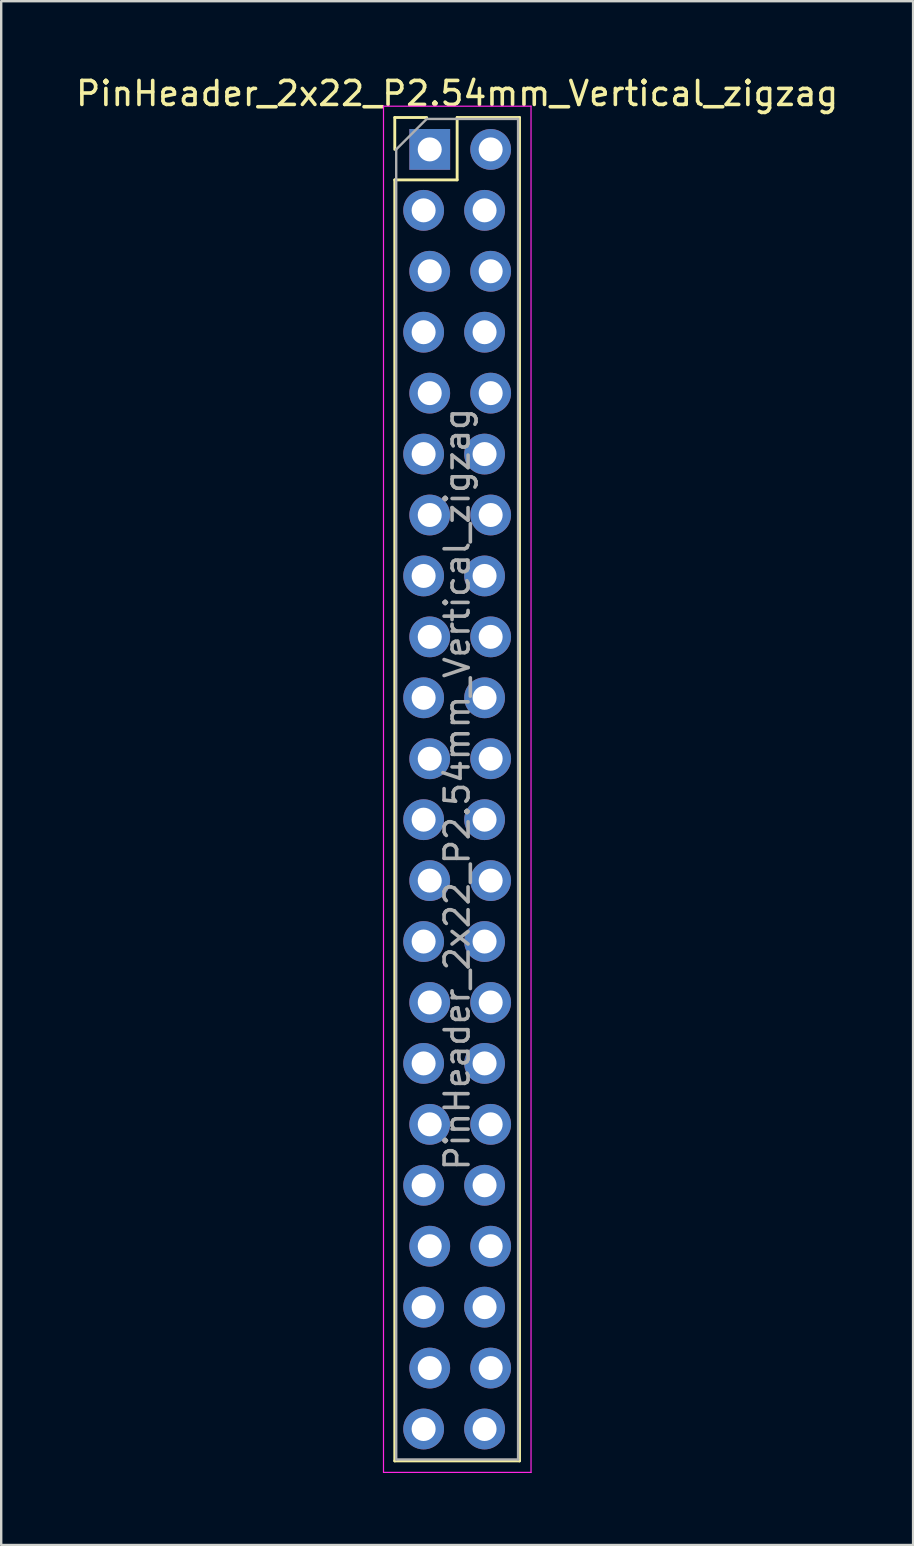
<source format=kicad_pcb>
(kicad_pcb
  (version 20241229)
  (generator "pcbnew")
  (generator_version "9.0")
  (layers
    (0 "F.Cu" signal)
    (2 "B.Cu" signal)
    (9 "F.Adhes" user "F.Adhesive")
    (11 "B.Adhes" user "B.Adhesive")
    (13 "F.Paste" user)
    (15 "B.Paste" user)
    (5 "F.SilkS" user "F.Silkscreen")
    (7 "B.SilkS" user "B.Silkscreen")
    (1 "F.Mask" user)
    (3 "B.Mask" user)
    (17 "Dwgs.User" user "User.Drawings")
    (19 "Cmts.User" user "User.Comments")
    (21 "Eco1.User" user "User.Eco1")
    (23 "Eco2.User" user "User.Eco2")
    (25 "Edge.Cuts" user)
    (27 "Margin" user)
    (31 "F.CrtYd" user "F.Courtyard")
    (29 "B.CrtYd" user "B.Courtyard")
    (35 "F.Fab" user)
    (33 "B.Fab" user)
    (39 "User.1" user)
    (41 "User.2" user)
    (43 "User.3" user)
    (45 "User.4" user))
  (footprint "PinHeader_2x22_P2.54mm_Vertical_zigzag"
    (layer "F.Cu")
    (at 14.736 3.178)
    (property "Reference" "PinHeader_2x22_P2.54mm_Vertical_zigzag" (at 1.27 -2.33 0) (layer "F.SilkS") (effects (font (size 1 1) (thickness 0.15))))
    (attr through_hole)
    (fp_line (start -1.33 -1.33) (end 0 -1.33) (stroke (width 0.12) (type solid)) (layer "F.SilkS"))
    (fp_line (start -1.33 0) (end -1.33 -1.33) (stroke (width 0.12) (type solid)) (layer "F.SilkS"))
    (fp_line (start -1.33 1.27) (end -1.33 54.67) (stroke (width 0.12) (type solid)) (layer "F.SilkS"))
    (fp_line (start -1.33 1.27) (end 1.27 1.27) (stroke (width 0.12) (type solid)) (layer "F.SilkS"))
    (fp_line (start -1.33 54.67) (end 3.87 54.67) (stroke (width 0.12) (type solid)) (layer "F.SilkS"))
    (fp_line (start 1.27 -1.33) (end 3.87 -1.33) (stroke (width 0.12) (type solid)) (layer "F.SilkS"))
    (fp_line (start 1.27 1.27) (end 1.27 -1.33) (stroke (width 0.12) (type solid)) (layer "F.SilkS"))
    (fp_line (start 3.87 -1.33) (end 3.87 54.67) (stroke (width 0.12) (type solid)) (layer "F.SilkS"))
    (fp_line (start -1.8 -1.8) (end -1.8 55.15) (stroke (width 0.05) (type solid)) (layer "F.CrtYd"))
    (fp_line (start -1.8 55.15) (end 4.35 55.15) (stroke (width 0.05) (type solid)) (layer "F.CrtYd"))
    (fp_line (start 4.35 -1.8) (end -1.8 -1.8) (stroke (width 0.05) (type solid)) (layer "F.CrtYd"))
    (fp_line (start 4.35 55.15) (end 4.35 -1.8) (stroke (width 0.05) (type solid)) (layer "F.CrtYd"))
    (fp_line (start -1.27 0) (end 0 -1.27) (stroke (width 0.1) (type solid)) (layer "F.Fab"))
    (fp_line (start -1.27 54.61) (end -1.27 0) (stroke (width 0.1) (type solid)) (layer "F.Fab"))
    (fp_line (start 0 -1.27) (end 3.81 -1.27) (stroke (width 0.1) (type solid)) (layer "F.Fab"))
    (fp_line (start 3.81 -1.27) (end 3.81 54.61) (stroke (width 0.1) (type solid)) (layer "F.Fab"))
    (fp_line (start 3.81 54.61) (end -1.27 54.61) (stroke (width 0.1) (type solid)) (layer "F.Fab"))
    (fp_text user "${REFERENCE}" (at 1.27 26.67 90) (layer "F.Fab") (effects (font (size 1 1) (thickness 0.15))))
    (pad "1" thru_hole rect (at 0.127 0) (size 1.7 1.7) (drill 1) (layers "*.Cu" "*.Mask"))
    (pad "2" thru_hole oval (at 2.667 0) (size 1.7 1.7) (drill 1) (layers "*.Cu" "*.Mask"))
    (pad "3" thru_hole oval (at -0.127 2.54) (size 1.7 1.7) (drill 1) (layers "*.Cu" "*.Mask"))
    (pad "4" thru_hole oval (at 2.413 2.54) (size 1.7 1.7) (drill 1) (layers "*.Cu" "*.Mask"))
    (pad "5" thru_hole oval (at 0.127 5.08) (size 1.7 1.7) (drill 1) (layers "*.Cu" "*.Mask"))
    (pad "6" thru_hole oval (at 2.667 5.08) (size 1.7 1.7) (drill 1) (layers "*.Cu" "*.Mask"))
    (pad "7" thru_hole oval (at -0.127 7.62) (size 1.7 1.7) (drill 1) (layers "*.Cu" "*.Mask"))
    (pad "8" thru_hole oval (at 2.413 7.62) (size 1.7 1.7) (drill 1) (layers "*.Cu" "*.Mask"))
    (pad "9" thru_hole oval (at 0.127 10.16) (size 1.7 1.7) (drill 1) (layers "*.Cu" "*.Mask"))
    (pad "10" thru_hole oval (at 2.667 10.16) (size 1.7 1.7) (drill 1) (layers "*.Cu" "*.Mask"))
    (pad "11" thru_hole oval (at -0.127 12.7) (size 1.7 1.7) (drill 1) (layers "*.Cu" "*.Mask"))
    (pad "12" thru_hole oval (at 2.413 12.7) (size 1.7 1.7) (drill 1) (layers "*.Cu" "*.Mask"))
    (pad "13" thru_hole oval (at 0.127 15.24) (size 1.7 1.7) (drill 1) (layers "*.Cu" "*.Mask"))
    (pad "14" thru_hole oval (at 2.667 15.24) (size 1.7 1.7) (drill 1) (layers "*.Cu" "*.Mask"))
    (pad "15" thru_hole oval (at -0.127 17.78) (size 1.7 1.7) (drill 1) (layers "*.Cu" "*.Mask"))
    (pad "16" thru_hole oval (at 2.413 17.78) (size 1.7 1.7) (drill 1) (layers "*.Cu" "*.Mask"))
    (pad "17" thru_hole oval (at 0.127 20.32) (size 1.7 1.7) (drill 1) (layers "*.Cu" "*.Mask"))
    (pad "18" thru_hole oval (at 2.667 20.32) (size 1.7 1.7) (drill 1) (layers "*.Cu" "*.Mask"))
    (pad "19" thru_hole oval (at -0.127 22.86) (size 1.7 1.7) (drill 1) (layers "*.Cu" "*.Mask"))
    (pad "20" thru_hole oval (at 2.413 22.86) (size 1.7 1.7) (drill 1) (layers "*.Cu" "*.Mask"))
    (pad "21" thru_hole oval (at 0.127 25.4) (size 1.7 1.7) (drill 1) (layers "*.Cu" "*.Mask"))
    (pad "22" thru_hole oval (at 2.667 25.4) (size 1.7 1.7) (drill 1) (layers "*.Cu" "*.Mask"))
    (pad "23" thru_hole oval (at -0.127 27.94) (size 1.7 1.7) (drill 1) (layers "*.Cu" "*.Mask"))
    (pad "24" thru_hole oval (at 2.413 27.94) (size 1.7 1.7) (drill 1) (layers "*.Cu" "*.Mask"))
    (pad "25" thru_hole oval (at 0.127 30.48) (size 1.7 1.7) (drill 1) (layers "*.Cu" "*.Mask"))
    (pad "26" thru_hole oval (at 2.667 30.48) (size 1.7 1.7) (drill 1) (layers "*.Cu" "*.Mask"))
    (pad "27" thru_hole oval (at -0.127 33.02) (size 1.7 1.7) (drill 1) (layers "*.Cu" "*.Mask"))
    (pad "28" thru_hole oval (at 2.413 33.02) (size 1.7 1.7) (drill 1) (layers "*.Cu" "*.Mask"))
    (pad "29" thru_hole oval (at 0.127 35.56) (size 1.7 1.7) (drill 1) (layers "*.Cu" "*.Mask"))
    (pad "30" thru_hole oval (at 2.667 35.56) (size 1.7 1.7) (drill 1) (layers "*.Cu" "*.Mask"))
    (pad "31" thru_hole oval (at -0.127 38.1) (size 1.7 1.7) (drill 1) (layers "*.Cu" "*.Mask"))
    (pad "32" thru_hole oval (at 2.413 38.1) (size 1.7 1.7) (drill 1) (layers "*.Cu" "*.Mask"))
    (pad "33" thru_hole oval (at 0.127 40.64) (size 1.7 1.7) (drill 1) (layers "*.Cu" "*.Mask"))
    (pad "34" thru_hole oval (at 2.667 40.64) (size 1.7 1.7) (drill 1) (layers "*.Cu" "*.Mask"))
    (pad "35" thru_hole oval (at -0.127 43.18) (size 1.7 1.7) (drill 1) (layers "*.Cu" "*.Mask"))
    (pad "36" thru_hole oval (at 2.413 43.18) (size 1.7 1.7) (drill 1) (layers "*.Cu" "*.Mask"))
    (pad "37" thru_hole oval (at 0.127 45.72) (size 1.7 1.7) (drill 1) (layers "*.Cu" "*.Mask"))
    (pad "38" thru_hole oval (at 2.667 45.72) (size 1.7 1.7) (drill 1) (layers "*.Cu" "*.Mask"))
    (pad "39" thru_hole oval (at -0.127 48.26) (size 1.7 1.7) (drill 1) (layers "*.Cu" "*.Mask"))
    (pad "40" thru_hole oval (at 2.413 48.26) (size 1.7 1.7) (drill 1) (layers "*.Cu" "*.Mask"))
    (pad "41" thru_hole oval (at 0.127 50.8) (size 1.7 1.7) (drill 1) (layers "*.Cu" "*.Mask"))
    (pad "42" thru_hole oval (at 2.667 50.8) (size 1.7 1.7) (drill 1) (layers "*.Cu" "*.Mask"))
    (pad "43" thru_hole oval (at -0.127 53.34) (size 1.7 1.7) (drill 1) (layers "*.Cu" "*.Mask"))
    (pad "44" thru_hole oval (at 2.413 53.34) (size 1.7 1.7) (drill 1) (layers "*.Cu" "*.Mask")))
  (gr_rect
    (start -3 -3)
    (end 35.012 61.353)
    (stroke (width 0.1) (type default))
    (fill no)
    (layer "Edge.Cuts")))
</source>
